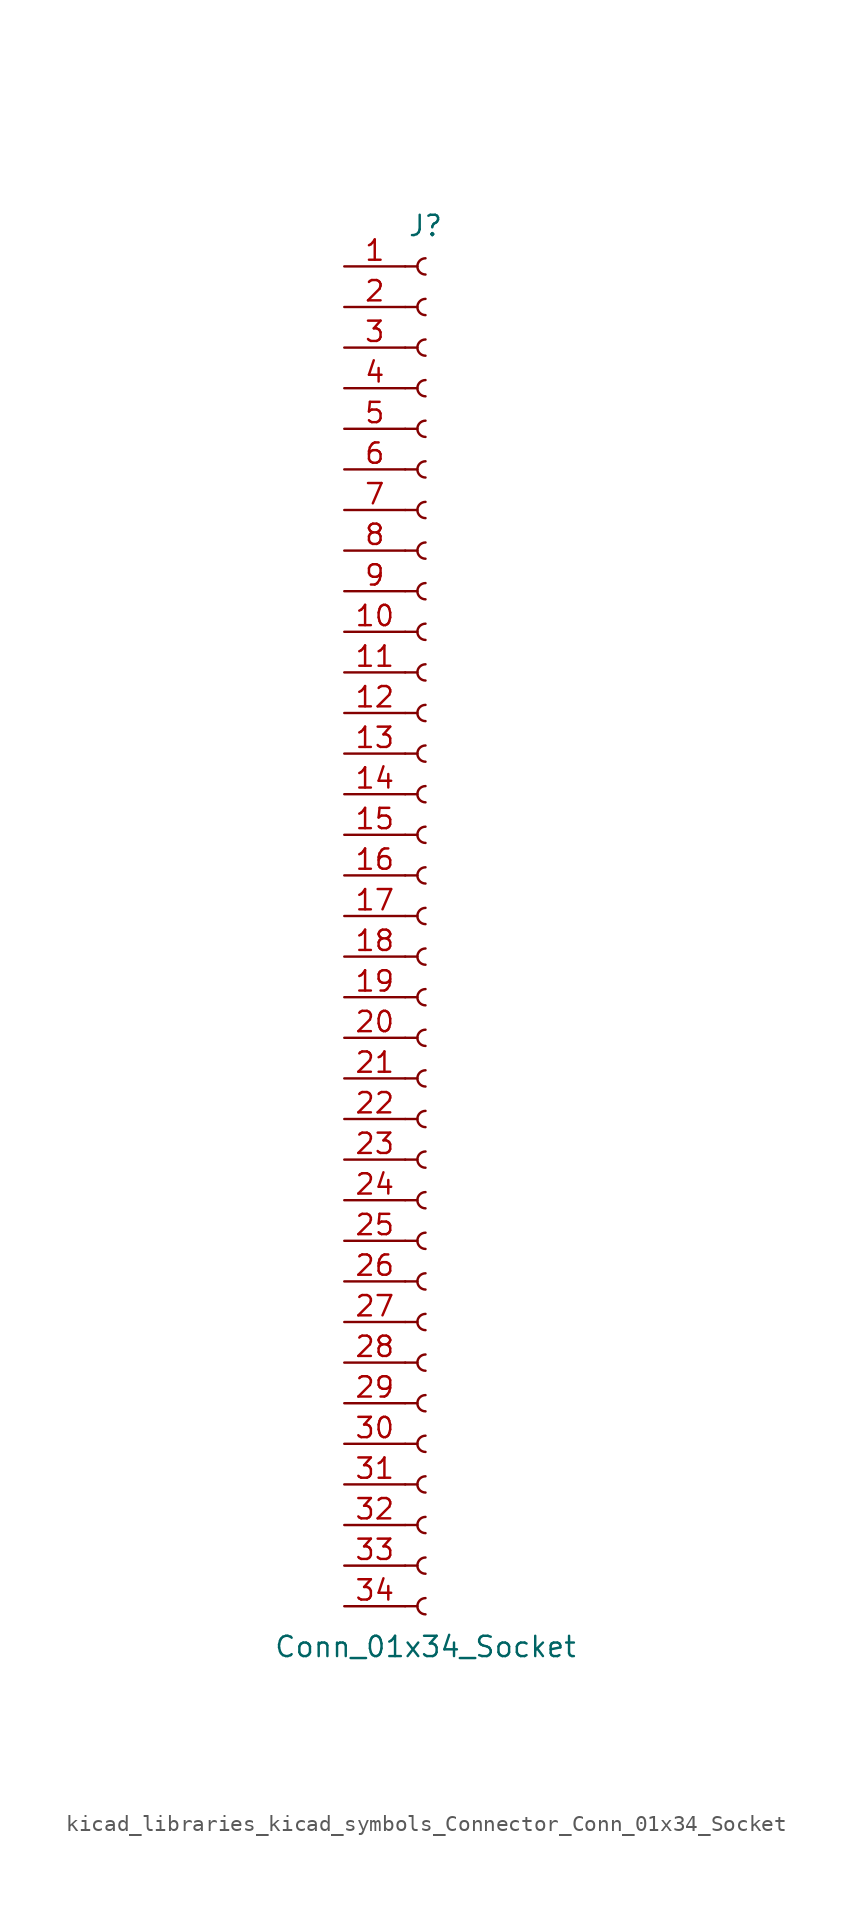
<source format=kicad_sym>
(kicad_symbol_lib
  (version 20220914)
  (generator kicad_symbol_editor)
  (symbol "kicad_libraries_kicad_symbols_Connector_Conn_01x34_Socket"
    (pin_names
      (offset 1.016) hide)
    (property "Reference" "J"
      (at 0 43.18 0)
      (effects (font (size 1.27 1.27))))
    (property "Value" "Conn_01x34_Socket"
      (at 0 -45.72 0)
      (effects (font (size 1.27 1.27))))
    (property "ki_locked" ""
      (at 0 0 0)
      (effects (font (size 1.27 1.27))))
    (symbol "kicad_libraries_kicad_symbols_Connector_Conn_01x34_Socket_1_1"
      (arc (start 0 -42.672) (mid -0.5058 -43.18) (end 0 -43.688) (stroke (width 0.1524) (type default)) (fill (type none)))
      (arc (start 0 -40.132) (mid -0.5058 -40.64) (end 0 -41.148) (stroke (width 0.1524) (type default)) (fill (type none)))
      (arc (start 0 -37.592) (mid -0.5058 -38.1) (end 0 -38.608) (stroke (width 0.1524) (type default)) (fill (type none)))
      (arc (start 0 -35.052) (mid -0.5058 -35.56) (end 0 -36.068) (stroke (width 0.1524) (type default)) (fill (type none)))
      (arc (start 0 -32.512) (mid -0.5058 -33.02) (end 0 -33.528) (stroke (width 0.1524) (type default)) (fill (type none)))
      (arc (start 0 -29.972) (mid -0.5058 -30.48) (end 0 -30.988) (stroke (width 0.1524) (type default)) (fill (type none)))
      (arc (start 0 -27.432) (mid -0.5058 -27.94) (end 0 -28.448) (stroke (width 0.1524) (type default)) (fill (type none)))
      (arc (start 0 -24.892) (mid -0.5058 -25.4) (end 0 -25.908) (stroke (width 0.1524) (type default)) (fill (type none)))
      (arc (start 0 -22.352) (mid -0.5058 -22.86) (end 0 -23.368) (stroke (width 0.1524) (type default)) (fill (type none)))
      (arc (start 0 -19.812) (mid -0.5058 -20.32) (end 0 -20.828) (stroke (width 0.1524) (type default)) (fill (type none)))
      (arc (start 0 -17.272) (mid -0.5058 -17.78) (end 0 -18.288) (stroke (width 0.1524) (type default)) (fill (type none)))
      (arc (start 0 -14.732) (mid -0.5058 -15.24) (end 0 -15.748) (stroke (width 0.1524) (type default)) (fill (type none)))
      (arc (start 0 -12.192) (mid -0.5058 -12.7) (end 0 -13.208) (stroke (width 0.1524) (type default)) (fill (type none)))
      (arc (start 0 -9.652) (mid -0.5058 -10.16) (end 0 -10.668) (stroke (width 0.1524) (type default)) (fill (type none)))
      (arc (start 0 -7.112) (mid -0.5058 -7.62) (end 0 -8.128) (stroke (width 0.1524) (type default)) (fill (type none)))
      (arc (start 0 -4.572) (mid -0.5058 -5.08) (end 0 -5.588) (stroke (width 0.1524) (type default)) (fill (type none)))
      (arc (start 0 -2.032) (mid -0.5058 -2.54) (end 0 -3.048) (stroke (width 0.1524) (type default)) (fill (type none)))
      (polyline (pts (xy -1.27 -43.18) (xy -0.508 -43.18)) (stroke (width 0.152) (type default)) (fill (type none)))
      (polyline (pts (xy -1.27 -40.64) (xy -0.508 -40.64)) (stroke (width 0.152) (type default)) (fill (type none)))
      (polyline (pts (xy -1.27 -38.1) (xy -0.508 -38.1)) (stroke (width 0.152) (type default)) (fill (type none)))
      (polyline (pts (xy -1.27 -35.56) (xy -0.508 -35.56)) (stroke (width 0.152) (type default)) (fill (type none)))
      (polyline (pts (xy -1.27 -33.02) (xy -0.508 -33.02)) (stroke (width 0.152) (type default)) (fill (type none)))
      (polyline (pts (xy -1.27 -30.48) (xy -0.508 -30.48)) (stroke (width 0.152) (type default)) (fill (type none)))
      (polyline (pts (xy -1.27 -27.94) (xy -0.508 -27.94)) (stroke (width 0.152) (type default)) (fill (type none)))
      (polyline (pts (xy -1.27 -25.4) (xy -0.508 -25.4)) (stroke (width 0.152) (type default)) (fill (type none)))
      (polyline (pts (xy -1.27 -22.86) (xy -0.508 -22.86)) (stroke (width 0.152) (type default)) (fill (type none)))
      (polyline (pts (xy -1.27 -20.32) (xy -0.508 -20.32)) (stroke (width 0.152) (type default)) (fill (type none)))
      (polyline (pts (xy -1.27 -17.78) (xy -0.508 -17.78)) (stroke (width 0.152) (type default)) (fill (type none)))
      (polyline (pts (xy -1.27 -15.24) (xy -0.508 -15.24)) (stroke (width 0.152) (type default)) (fill (type none)))
      (polyline (pts (xy -1.27 -12.7) (xy -0.508 -12.7)) (stroke (width 0.152) (type default)) (fill (type none)))
      (polyline (pts (xy -1.27 -10.16) (xy -0.508 -10.16)) (stroke (width 0.152) (type default)) (fill (type none)))
      (polyline (pts (xy -1.27 -7.62) (xy -0.508 -7.62)) (stroke (width 0.152) (type default)) (fill (type none)))
      (polyline (pts (xy -1.27 -5.08) (xy -0.508 -5.08)) (stroke (width 0.152) (type default)) (fill (type none)))
      (polyline (pts (xy -1.27 -2.54) (xy -0.508 -2.54)) (stroke (width 0.152) (type default)) (fill (type none)))
      (polyline (pts (xy -1.27 0) (xy -0.508 0)) (stroke (width 0.152) (type default)) (fill (type none)))
      (polyline (pts (xy -1.27 2.54) (xy -0.508 2.54)) (stroke (width 0.152) (type default)) (fill (type none)))
      (polyline (pts (xy -1.27 5.08) (xy -0.508 5.08)) (stroke (width 0.152) (type default)) (fill (type none)))
      (polyline (pts (xy -1.27 7.62) (xy -0.508 7.62)) (stroke (width 0.152) (type default)) (fill (type none)))
      (polyline (pts (xy -1.27 10.16) (xy -0.508 10.16)) (stroke (width 0.152) (type default)) (fill (type none)))
      (polyline (pts (xy -1.27 12.7) (xy -0.508 12.7)) (stroke (width 0.152) (type default)) (fill (type none)))
      (polyline (pts (xy -1.27 15.24) (xy -0.508 15.24)) (stroke (width 0.152) (type default)) (fill (type none)))
      (polyline (pts (xy -1.27 17.78) (xy -0.508 17.78)) (stroke (width 0.152) (type default)) (fill (type none)))
      (polyline (pts (xy -1.27 20.32) (xy -0.508 20.32)) (stroke (width 0.152) (type default)) (fill (type none)))
      (polyline (pts (xy -1.27 22.86) (xy -0.508 22.86)) (stroke (width 0.152) (type default)) (fill (type none)))
      (polyline (pts (xy -1.27 25.4) (xy -0.508 25.4)) (stroke (width 0.152) (type default)) (fill (type none)))
      (polyline (pts (xy -1.27 27.94) (xy -0.508 27.94)) (stroke (width 0.152) (type default)) (fill (type none)))
      (polyline (pts (xy -1.27 30.48) (xy -0.508 30.48)) (stroke (width 0.152) (type default)) (fill (type none)))
      (polyline (pts (xy -1.27 33.02) (xy -0.508 33.02)) (stroke (width 0.152) (type default)) (fill (type none)))
      (polyline (pts (xy -1.27 35.56) (xy -0.508 35.56)) (stroke (width 0.152) (type default)) (fill (type none)))
      (polyline (pts (xy -1.27 38.1) (xy -0.508 38.1)) (stroke (width 0.152) (type default)) (fill (type none)))
      (polyline (pts (xy -1.27 40.64) (xy -0.508 40.64)) (stroke (width 0.152) (type default)) (fill (type none)))
      (arc (start 0 0.508) (mid -0.5058 0) (end 0 -0.508) (stroke (width 0.1524) (type default)) (fill (type none)))
      (arc (start 0 3.048) (mid -0.5058 2.54) (end 0 2.032) (stroke (width 0.1524) (type default)) (fill (type none)))
      (arc (start 0 5.588) (mid -0.5058 5.08) (end 0 4.572) (stroke (width 0.1524) (type default)) (fill (type none)))
      (arc (start 0 8.128) (mid -0.5058 7.62) (end 0 7.112) (stroke (width 0.1524) (type default)) (fill (type none)))
      (arc (start 0 10.668) (mid -0.5058 10.16) (end 0 9.652) (stroke (width 0.1524) (type default)) (fill (type none)))
      (arc (start 0 13.208) (mid -0.5058 12.7) (end 0 12.192) (stroke (width 0.1524) (type default)) (fill (type none)))
      (arc (start 0 15.748) (mid -0.5058 15.24) (end 0 14.732) (stroke (width 0.1524) (type default)) (fill (type none)))
      (arc (start 0 18.288) (mid -0.5058 17.78) (end 0 17.272) (stroke (width 0.1524) (type default)) (fill (type none)))
      (arc (start 0 20.828) (mid -0.5058 20.32) (end 0 19.812) (stroke (width 0.1524) (type default)) (fill (type none)))
      (arc (start 0 23.368) (mid -0.5058 22.86) (end 0 22.352) (stroke (width 0.1524) (type default)) (fill (type none)))
      (arc (start 0 25.908) (mid -0.5058 25.4) (end 0 24.892) (stroke (width 0.1524) (type default)) (fill (type none)))
      (arc (start 0 28.448) (mid -0.5058 27.94) (end 0 27.432) (stroke (width 0.1524) (type default)) (fill (type none)))
      (arc (start 0 30.988) (mid -0.5058 30.48) (end 0 29.972) (stroke (width 0.1524) (type default)) (fill (type none)))
      (arc (start 0 33.528) (mid -0.5058 33.02) (end 0 32.512) (stroke (width 0.1524) (type default)) (fill (type none)))
      (arc (start 0 36.068) (mid -0.5058 35.56) (end 0 35.052) (stroke (width 0.1524) (type default)) (fill (type none)))
      (arc (start 0 38.608) (mid -0.5058 38.1) (end 0 37.592) (stroke (width 0.1524) (type default)) (fill (type none)))
      (arc (start 0 41.148) (mid -0.5058 40.64) (end 0 40.132) (stroke (width 0.1524) (type default)) (fill (type none)))
      (pin passive line (at -5.08 40.64 0) (length 3.81) (name "Pin_1" (effects (font (size 1.27 1.27)))) (number "1" (effects (font (size 1.27 1.27)))))
      (pin passive line (at -5.08 17.78 0) (length 3.81) (name "Pin_10" (effects (font (size 1.27 1.27)))) (number "10" (effects (font (size 1.27 1.27)))))
      (pin passive line (at -5.08 15.24 0) (length 3.81) (name "Pin_11" (effects (font (size 1.27 1.27)))) (number "11" (effects (font (size 1.27 1.27)))))
      (pin passive line (at -5.08 12.7 0) (length 3.81) (name "Pin_12" (effects (font (size 1.27 1.27)))) (number "12" (effects (font (size 1.27 1.27)))))
      (pin passive line (at -5.08 10.16 0) (length 3.81) (name "Pin_13" (effects (font (size 1.27 1.27)))) (number "13" (effects (font (size 1.27 1.27)))))
      (pin passive line (at -5.08 7.62 0) (length 3.81) (name "Pin_14" (effects (font (size 1.27 1.27)))) (number "14" (effects (font (size 1.27 1.27)))))
      (pin passive line (at -5.08 5.08 0) (length 3.81) (name "Pin_15" (effects (font (size 1.27 1.27)))) (number "15" (effects (font (size 1.27 1.27)))))
      (pin passive line (at -5.08 2.54 0) (length 3.81) (name "Pin_16" (effects (font (size 1.27 1.27)))) (number "16" (effects (font (size 1.27 1.27)))))
      (pin passive line (at -5.08 0 0) (length 3.81) (name "Pin_17" (effects (font (size 1.27 1.27)))) (number "17" (effects (font (size 1.27 1.27)))))
      (pin passive line (at -5.08 -2.54 0) (length 3.81) (name "Pin_18" (effects (font (size 1.27 1.27)))) (number "18" (effects (font (size 1.27 1.27)))))
      (pin passive line (at -5.08 -5.08 0) (length 3.81) (name "Pin_19" (effects (font (size 1.27 1.27)))) (number "19" (effects (font (size 1.27 1.27)))))
      (pin passive line (at -5.08 38.1 0) (length 3.81) (name "Pin_2" (effects (font (size 1.27 1.27)))) (number "2" (effects (font (size 1.27 1.27)))))
      (pin passive line (at -5.08 -7.62 0) (length 3.81) (name "Pin_20" (effects (font (size 1.27 1.27)))) (number "20" (effects (font (size 1.27 1.27)))))
      (pin passive line (at -5.08 -10.16 0) (length 3.81) (name "Pin_21" (effects (font (size 1.27 1.27)))) (number "21" (effects (font (size 1.27 1.27)))))
      (pin passive line (at -5.08 -12.7 0) (length 3.81) (name "Pin_22" (effects (font (size 1.27 1.27)))) (number "22" (effects (font (size 1.27 1.27)))))
      (pin passive line (at -5.08 -15.24 0) (length 3.81) (name "Pin_23" (effects (font (size 1.27 1.27)))) (number "23" (effects (font (size 1.27 1.27)))))
      (pin passive line (at -5.08 -17.78 0) (length 3.81) (name "Pin_24" (effects (font (size 1.27 1.27)))) (number "24" (effects (font (size 1.27 1.27)))))
      (pin passive line (at -5.08 -20.32 0) (length 3.81) (name "Pin_25" (effects (font (size 1.27 1.27)))) (number "25" (effects (font (size 1.27 1.27)))))
      (pin passive line (at -5.08 -22.86 0) (length 3.81) (name "Pin_26" (effects (font (size 1.27 1.27)))) (number "26" (effects (font (size 1.27 1.27)))))
      (pin passive line (at -5.08 -25.4 0) (length 3.81) (name "Pin_27" (effects (font (size 1.27 1.27)))) (number "27" (effects (font (size 1.27 1.27)))))
      (pin passive line (at -5.08 -27.94 0) (length 3.81) (name "Pin_28" (effects (font (size 1.27 1.27)))) (number "28" (effects (font (size 1.27 1.27)))))
      (pin passive line (at -5.08 -30.48 0) (length 3.81) (name "Pin_29" (effects (font (size 1.27 1.27)))) (number "29" (effects (font (size 1.27 1.27)))))
      (pin passive line (at -5.08 35.56 0) (length 3.81) (name "Pin_3" (effects (font (size 1.27 1.27)))) (number "3" (effects (font (size 1.27 1.27)))))
      (pin passive line (at -5.08 -33.02 0) (length 3.81) (name "Pin_30" (effects (font (size 1.27 1.27)))) (number "30" (effects (font (size 1.27 1.27)))))
      (pin passive line (at -5.08 -35.56 0) (length 3.81) (name "Pin_31" (effects (font (size 1.27 1.27)))) (number "31" (effects (font (size 1.27 1.27)))))
      (pin passive line (at -5.08 -38.1 0) (length 3.81) (name "Pin_32" (effects (font (size 1.27 1.27)))) (number "32" (effects (font (size 1.27 1.27)))))
      (pin passive line (at -5.08 -40.64 0) (length 3.81) (name "Pin_33" (effects (font (size 1.27 1.27)))) (number "33" (effects (font (size 1.27 1.27)))))
      (pin passive line (at -5.08 -43.18 0) (length 3.81) (name "Pin_34" (effects (font (size 1.27 1.27)))) (number "34" (effects (font (size 1.27 1.27)))))
      (pin passive line (at -5.08 33.02 0) (length 3.81) (name "Pin_4" (effects (font (size 1.27 1.27)))) (number "4" (effects (font (size 1.27 1.27)))))
      (pin passive line (at -5.08 30.48 0) (length 3.81) (name "Pin_5" (effects (font (size 1.27 1.27)))) (number "5" (effects (font (size 1.27 1.27)))))
      (pin passive line (at -5.08 27.94 0) (length 3.81) (name "Pin_6" (effects (font (size 1.27 1.27)))) (number "6" (effects (font (size 1.27 1.27)))))
      (pin passive line (at -5.08 25.4 0) (length 3.81) (name "Pin_7" (effects (font (size 1.27 1.27)))) (number "7" (effects (font (size 1.27 1.27)))))
      (pin passive line (at -5.08 22.86 0) (length 3.81) (name "Pin_8" (effects (font (size 1.27 1.27)))) (number "8" (effects (font (size 1.27 1.27)))))
      (pin passive line (at -5.08 20.32 0) (length 3.81) (name "Pin_9" (effects (font (size 1.27 1.27)))) (number "9" (effects (font (size 1.27 1.27))))))))
</source>
